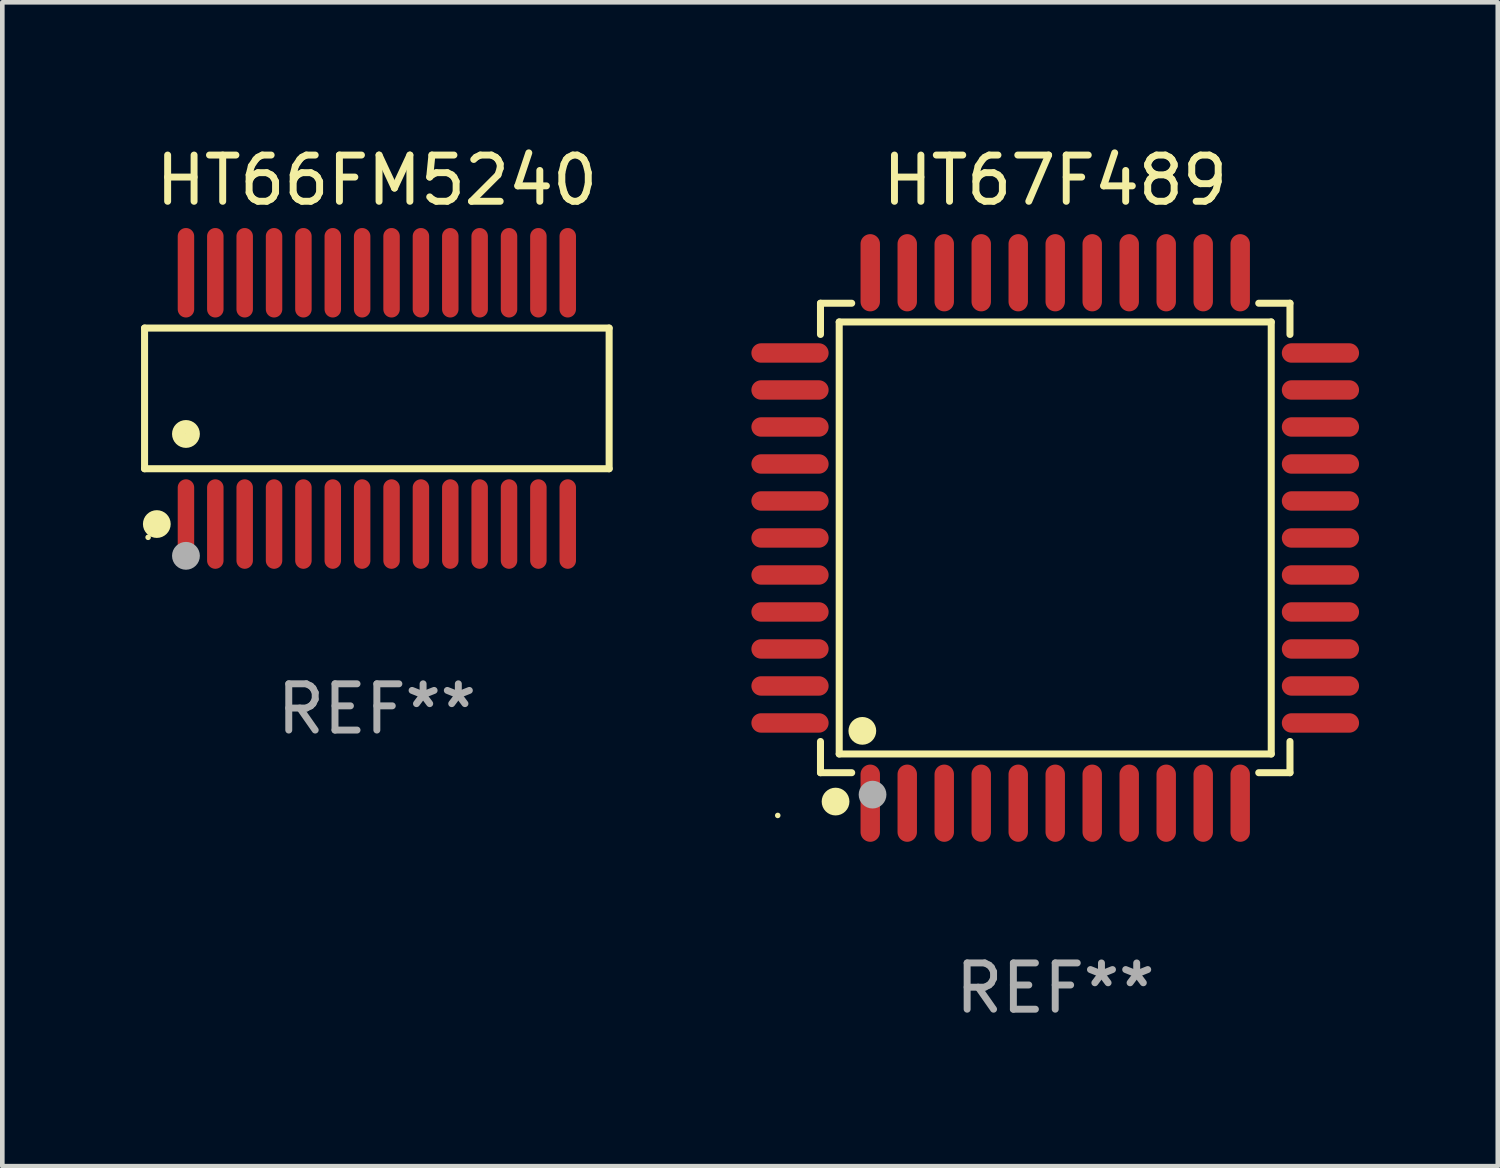
<source format=kicad_pcb>
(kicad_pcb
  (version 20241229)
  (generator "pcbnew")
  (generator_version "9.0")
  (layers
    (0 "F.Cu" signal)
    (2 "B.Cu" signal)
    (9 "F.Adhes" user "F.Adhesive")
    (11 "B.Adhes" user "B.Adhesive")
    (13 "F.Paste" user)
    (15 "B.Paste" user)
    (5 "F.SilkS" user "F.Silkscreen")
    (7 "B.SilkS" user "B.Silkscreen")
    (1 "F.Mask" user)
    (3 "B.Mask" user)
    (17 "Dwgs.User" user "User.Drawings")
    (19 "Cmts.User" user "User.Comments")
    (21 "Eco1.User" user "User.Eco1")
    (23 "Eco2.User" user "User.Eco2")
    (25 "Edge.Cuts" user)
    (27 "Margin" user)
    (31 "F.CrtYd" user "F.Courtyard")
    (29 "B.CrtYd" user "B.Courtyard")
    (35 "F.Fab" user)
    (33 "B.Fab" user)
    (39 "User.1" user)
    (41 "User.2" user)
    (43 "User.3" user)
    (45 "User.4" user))
  (footprint "HT66FM5240"
    (layer "F.Cu")
    (at 5.099 5.565)
    (property "Reference" "HT66FM5240" (at 0 -4.717 0) (layer "F.SilkS") (effects (font (size 1 1) (thickness 0.15))))
    (attr through_hole)
    (fp_line (start -5.023 -1.521) (end 5.023 -1.521) (stroke (width 0.152) (type solid)) (layer "F.SilkS"))
    (fp_line (start -5.023 1.521) (end -5.023 -1.521) (stroke (width 0.152) (type solid)) (layer "F.SilkS"))
    (fp_line (start 5.023 -1.521) (end 5.023 1.521) (stroke (width 0.152) (type solid)) (layer "F.SilkS"))
    (fp_line (start 5.023 1.521) (end -5.023 1.521) (stroke (width 0.152) (type solid)) (layer "F.SilkS"))
    (fp_circle (center -4.946 3.004) (end -4.916 3.004) (stroke (width 0.06) (type solid)) (fill no) (layer "F.SilkS"))
    (fp_circle (center -4.758 2.717) (end -4.608 2.717) (stroke (width 0.3) (type solid)) (fill no) (layer "F.SilkS"))
    (fp_circle (center -4.128 0.769) (end -3.977 0.769) (stroke (width 0.3) (type solid)) (fill no) (layer "F.SilkS"))
    (fp_circle (center -4.128 3.404) (end -3.977 3.404) (stroke (width 0.3) (type solid)) (fill no) (layer "F.Fab"))
    (fp_text user "REF**" (at 0 6.717 0) (layer "F.Fab") (effects (font (size 1 1) (thickness 0.15))))
    (pad "1" smd oval (at -4.128 2.717) (size 0.356 1.935) (layers "F.Cu" "F.Mask" "F.Paste"))
    (pad "2" smd oval (at -3.493 2.717) (size 0.356 1.935) (layers "F.Cu" "F.Mask" "F.Paste"))
    (pad "3" smd oval (at -2.858 2.717) (size 0.356 1.935) (layers "F.Cu" "F.Mask" "F.Paste"))
    (pad "4" smd oval (at -2.223 2.717) (size 0.356 1.935) (layers "F.Cu" "F.Mask" "F.Paste"))
    (pad "5" smd oval (at -1.588 2.717) (size 0.356 1.935) (layers "F.Cu" "F.Mask" "F.Paste"))
    (pad "6" smd oval (at -0.953 2.717) (size 0.356 1.935) (layers "F.Cu" "F.Mask" "F.Paste"))
    (pad "7" smd oval (at -0.318 2.717) (size 0.356 1.935) (layers "F.Cu" "F.Mask" "F.Paste"))
    (pad "8" smd oval (at 0.318 2.717) (size 0.356 1.935) (layers "F.Cu" "F.Mask" "F.Paste"))
    (pad "9" smd oval (at 0.953 2.717) (size 0.356 1.935) (layers "F.Cu" "F.Mask" "F.Paste"))
    (pad "10" smd oval (at 1.588 2.717) (size 0.356 1.935) (layers "F.Cu" "F.Mask" "F.Paste"))
    (pad "11" smd oval (at 2.223 2.717) (size 0.356 1.935) (layers "F.Cu" "F.Mask" "F.Paste"))
    (pad "12" smd oval (at 2.858 2.717) (size 0.356 1.935) (layers "F.Cu" "F.Mask" "F.Paste"))
    (pad "13" smd oval (at 3.493 2.717) (size 0.356 1.935) (layers "F.Cu" "F.Mask" "F.Paste"))
    (pad "14" smd oval (at 4.128 2.717) (size 0.356 1.935) (layers "F.Cu" "F.Mask" "F.Paste"))
    (pad "15" smd oval (at 4.128 -2.717) (size 0.356 1.935) (layers "F.Cu" "F.Mask" "F.Paste"))
    (pad "16" smd oval (at 3.493 -2.717) (size 0.356 1.935) (layers "F.Cu" "F.Mask" "F.Paste"))
    (pad "17" smd oval (at 2.858 -2.717) (size 0.356 1.935) (layers "F.Cu" "F.Mask" "F.Paste"))
    (pad "18" smd oval (at 2.223 -2.717) (size 0.356 1.935) (layers "F.Cu" "F.Mask" "F.Paste"))
    (pad "19" smd oval (at 1.588 -2.717) (size 0.356 1.935) (layers "F.Cu" "F.Mask" "F.Paste"))
    (pad "20" smd oval (at 0.953 -2.717) (size 0.356 1.935) (layers "F.Cu" "F.Mask" "F.Paste"))
    (pad "21" smd oval (at 0.318 -2.717) (size 0.356 1.935) (layers "F.Cu" "F.Mask" "F.Paste"))
    (pad "22" smd oval (at -0.318 -2.717) (size 0.356 1.935) (layers "F.Cu" "F.Mask" "F.Paste"))
    (pad "23" smd oval (at -0.953 -2.717) (size 0.356 1.935) (layers "F.Cu" "F.Mask" "F.Paste"))
    (pad "24" smd oval (at -1.588 -2.717) (size 0.356 1.935) (layers "F.Cu" "F.Mask" "F.Paste"))
    (pad "25" smd oval (at -2.223 -2.717) (size 0.356 1.935) (layers "F.Cu" "F.Mask" "F.Paste"))
    (pad "26" smd oval (at -2.858 -2.717) (size 0.356 1.935) (layers "F.Cu" "F.Mask" "F.Paste"))
    (pad "27" smd oval (at -3.493 -2.717) (size 0.356 1.935) (layers "F.Cu" "F.Mask" "F.Paste"))
    (pad "28" smd oval (at -4.128 -2.717) (size 0.356 1.935) (layers "F.Cu" "F.Mask" "F.Paste")))
  (footprint "HT67F489"
    (layer "F.Cu")
    (at 19.768 8.583)
    (property "Reference" "HT67F489" (at 0 -7.735 0) (layer "F.SilkS") (effects (font (size 1 1) (thickness 0.15))))
    (attr through_hole)
    (fp_line (start -5.076 -5.076) (end -4.401 -5.076) (stroke (width 0.152) (type solid)) (layer "F.SilkS"))
    (fp_line (start -5.076 -4.401) (end -5.076 -5.076) (stroke (width 0.152) (type solid)) (layer "F.SilkS"))
    (fp_line (start -5.076 4.401) (end -5.076 5.076) (stroke (width 0.152) (type solid)) (layer "F.SilkS"))
    (fp_line (start -5.076 5.076) (end -4.401 5.076) (stroke (width 0.152) (type solid)) (layer "F.SilkS"))
    (fp_line (start -4.671 -4.671) (end 4.671 -4.671) (stroke (width 0.152) (type solid)) (layer "F.SilkS"))
    (fp_line (start -4.671 4.671) (end -4.671 -4.671) (stroke (width 0.152) (type solid)) (layer "F.SilkS"))
    (fp_line (start 4.671 -4.671) (end 4.671 4.671) (stroke (width 0.152) (type solid)) (layer "F.SilkS"))
    (fp_line (start 4.671 4.671) (end -4.671 4.671) (stroke (width 0.152) (type solid)) (layer "F.SilkS"))
    (fp_line (start 5.076 -5.076) (end 4.401 -5.076) (stroke (width 0.152) (type solid)) (layer "F.SilkS"))
    (fp_line (start 5.076 -4.401) (end 5.076 -5.076) (stroke (width 0.152) (type solid)) (layer "F.SilkS"))
    (fp_line (start 5.076 4.401) (end 5.076 5.076) (stroke (width 0.152) (type solid)) (layer "F.SilkS"))
    (fp_line (start 5.076 5.076) (end 4.401 5.076) (stroke (width 0.152) (type solid)) (layer "F.SilkS"))
    (fp_circle (center -6 6) (end -5.97 6) (stroke (width 0.06) (type solid)) (fill no) (layer "F.SilkS"))
    (fp_circle (center -4.75 5.7) (end -4.6 5.7) (stroke (width 0.3) (type solid)) (fill no) (layer "F.SilkS"))
    (fp_circle (center -4.171 4.171) (end -4.021 4.171) (stroke (width 0.3) (type solid)) (fill no) (layer "F.SilkS"))
    (fp_circle (center -3.95 5.55) (end -3.8 5.55) (stroke (width 0.3) (type solid)) (fill no) (layer "F.Fab"))
    (fp_text user "REF**" (at 0 9.735 0) (layer "F.Fab") (effects (font (size 1 1) (thickness 0.15))))
    (pad "1" smd oval (at -4 5.735) (size 0.42 1.67) (layers "F.Cu" "F.Mask" "F.Paste"))
    (pad "2" smd oval (at -3.2 5.735) (size 0.42 1.67) (layers "F.Cu" "F.Mask" "F.Paste"))
    (pad "3" smd oval (at -2.4 5.735) (size 0.42 1.67) (layers "F.Cu" "F.Mask" "F.Paste"))
    (pad "4" smd oval (at -1.6 5.735) (size 0.42 1.67) (layers "F.Cu" "F.Mask" "F.Paste"))
    (pad "5" smd oval (at -0.8 5.735) (size 0.42 1.67) (layers "F.Cu" "F.Mask" "F.Paste"))
    (pad "6" smd oval (at 0 5.735) (size 0.42 1.67) (layers "F.Cu" "F.Mask" "F.Paste"))
    (pad "7" smd oval (at 0.8 5.735) (size 0.42 1.67) (layers "F.Cu" "F.Mask" "F.Paste"))
    (pad "8" smd oval (at 1.6 5.735) (size 0.42 1.67) (layers "F.Cu" "F.Mask" "F.Paste"))
    (pad "9" smd oval (at 2.4 5.735) (size 0.42 1.67) (layers "F.Cu" "F.Mask" "F.Paste"))
    (pad "10" smd oval (at 3.2 5.735) (size 0.42 1.67) (layers "F.Cu" "F.Mask" "F.Paste"))
    (pad "11" smd oval (at 4 5.735) (size 0.42 1.67) (layers "F.Cu" "F.Mask" "F.Paste"))
    (pad "12" smd oval (at 5.735 4) (size 1.67 0.42) (layers "F.Cu" "F.Mask" "F.Paste"))
    (pad "13" smd oval (at 5.735 3.2) (size 1.67 0.42) (layers "F.Cu" "F.Mask" "F.Paste"))
    (pad "14" smd oval (at 5.735 2.4) (size 1.67 0.42) (layers "F.Cu" "F.Mask" "F.Paste"))
    (pad "15" smd oval (at 5.735 1.6) (size 1.67 0.42) (layers "F.Cu" "F.Mask" "F.Paste"))
    (pad "16" smd oval (at 5.735 0.8) (size 1.67 0.42) (layers "F.Cu" "F.Mask" "F.Paste"))
    (pad "17" smd oval (at 5.735 0) (size 1.67 0.42) (layers "F.Cu" "F.Mask" "F.Paste"))
    (pad "18" smd oval (at 5.735 -0.8) (size 1.67 0.42) (layers "F.Cu" "F.Mask" "F.Paste"))
    (pad "19" smd oval (at 5.735 -1.6) (size 1.67 0.42) (layers "F.Cu" "F.Mask" "F.Paste"))
    (pad "20" smd oval (at 5.735 -2.4) (size 1.67 0.42) (layers "F.Cu" "F.Mask" "F.Paste"))
    (pad "21" smd oval (at 5.735 -3.2) (size 1.67 0.42) (layers "F.Cu" "F.Mask" "F.Paste"))
    (pad "22" smd oval (at 5.735 -4) (size 1.67 0.42) (layers "F.Cu" "F.Mask" "F.Paste"))
    (pad "23" smd oval (at 4 -5.735) (size 0.42 1.67) (layers "F.Cu" "F.Mask" "F.Paste"))
    (pad "24" smd oval (at 3.2 -5.735) (size 0.42 1.67) (layers "F.Cu" "F.Mask" "F.Paste"))
    (pad "25" smd oval (at 2.4 -5.735) (size 0.42 1.67) (layers "F.Cu" "F.Mask" "F.Paste"))
    (pad "26" smd oval (at 1.6 -5.735) (size 0.42 1.67) (layers "F.Cu" "F.Mask" "F.Paste"))
    (pad "27" smd oval (at 0.8 -5.735) (size 0.42 1.67) (layers "F.Cu" "F.Mask" "F.Paste"))
    (pad "28" smd oval (at 0 -5.735) (size 0.42 1.67) (layers "F.Cu" "F.Mask" "F.Paste"))
    (pad "29" smd oval (at -0.8 -5.735) (size 0.42 1.67) (layers "F.Cu" "F.Mask" "F.Paste"))
    (pad "30" smd oval (at -1.6 -5.735) (size 0.42 1.67) (layers "F.Cu" "F.Mask" "F.Paste"))
    (pad "31" smd oval (at -2.4 -5.735) (size 0.42 1.67) (layers "F.Cu" "F.Mask" "F.Paste"))
    (pad "32" smd oval (at -3.2 -5.735) (size 0.42 1.67) (layers "F.Cu" "F.Mask" "F.Paste"))
    (pad "33" smd oval (at -4 -5.735) (size 0.42 1.67) (layers "F.Cu" "F.Mask" "F.Paste"))
    (pad "34" smd oval (at -5.735 -4) (size 1.67 0.42) (layers "F.Cu" "F.Mask" "F.Paste"))
    (pad "35" smd oval (at -5.735 -3.2) (size 1.67 0.42) (layers "F.Cu" "F.Mask" "F.Paste"))
    (pad "36" smd oval (at -5.735 -2.4) (size 1.67 0.42) (layers "F.Cu" "F.Mask" "F.Paste"))
    (pad "37" smd oval (at -5.735 -1.6) (size 1.67 0.42) (layers "F.Cu" "F.Mask" "F.Paste"))
    (pad "38" smd oval (at -5.735 -0.8) (size 1.67 0.42) (layers "F.Cu" "F.Mask" "F.Paste"))
    (pad "39" smd oval (at -5.735 0) (size 1.67 0.42) (layers "F.Cu" "F.Mask" "F.Paste"))
    (pad "40" smd oval (at -5.735 0.8) (size 1.67 0.42) (layers "F.Cu" "F.Mask" "F.Paste"))
    (pad "41" smd oval (at -5.735 1.6) (size 1.67 0.42) (layers "F.Cu" "F.Mask" "F.Paste"))
    (pad "42" smd oval (at -5.735 2.4) (size 1.67 0.42) (layers "F.Cu" "F.Mask" "F.Paste"))
    (pad "43" smd oval (at -5.735 3.2) (size 1.67 0.42) (layers "F.Cu" "F.Mask" "F.Paste"))
    (pad "44" smd oval (at -5.735 4) (size 1.67 0.42) (layers "F.Cu" "F.Mask" "F.Paste")))
  (gr_rect
    (start -3 -3)
    (end 29.338 22.167)
    (stroke (width 0.1) (type default))
    (fill no)
    (layer "Edge.Cuts")))
</source>
